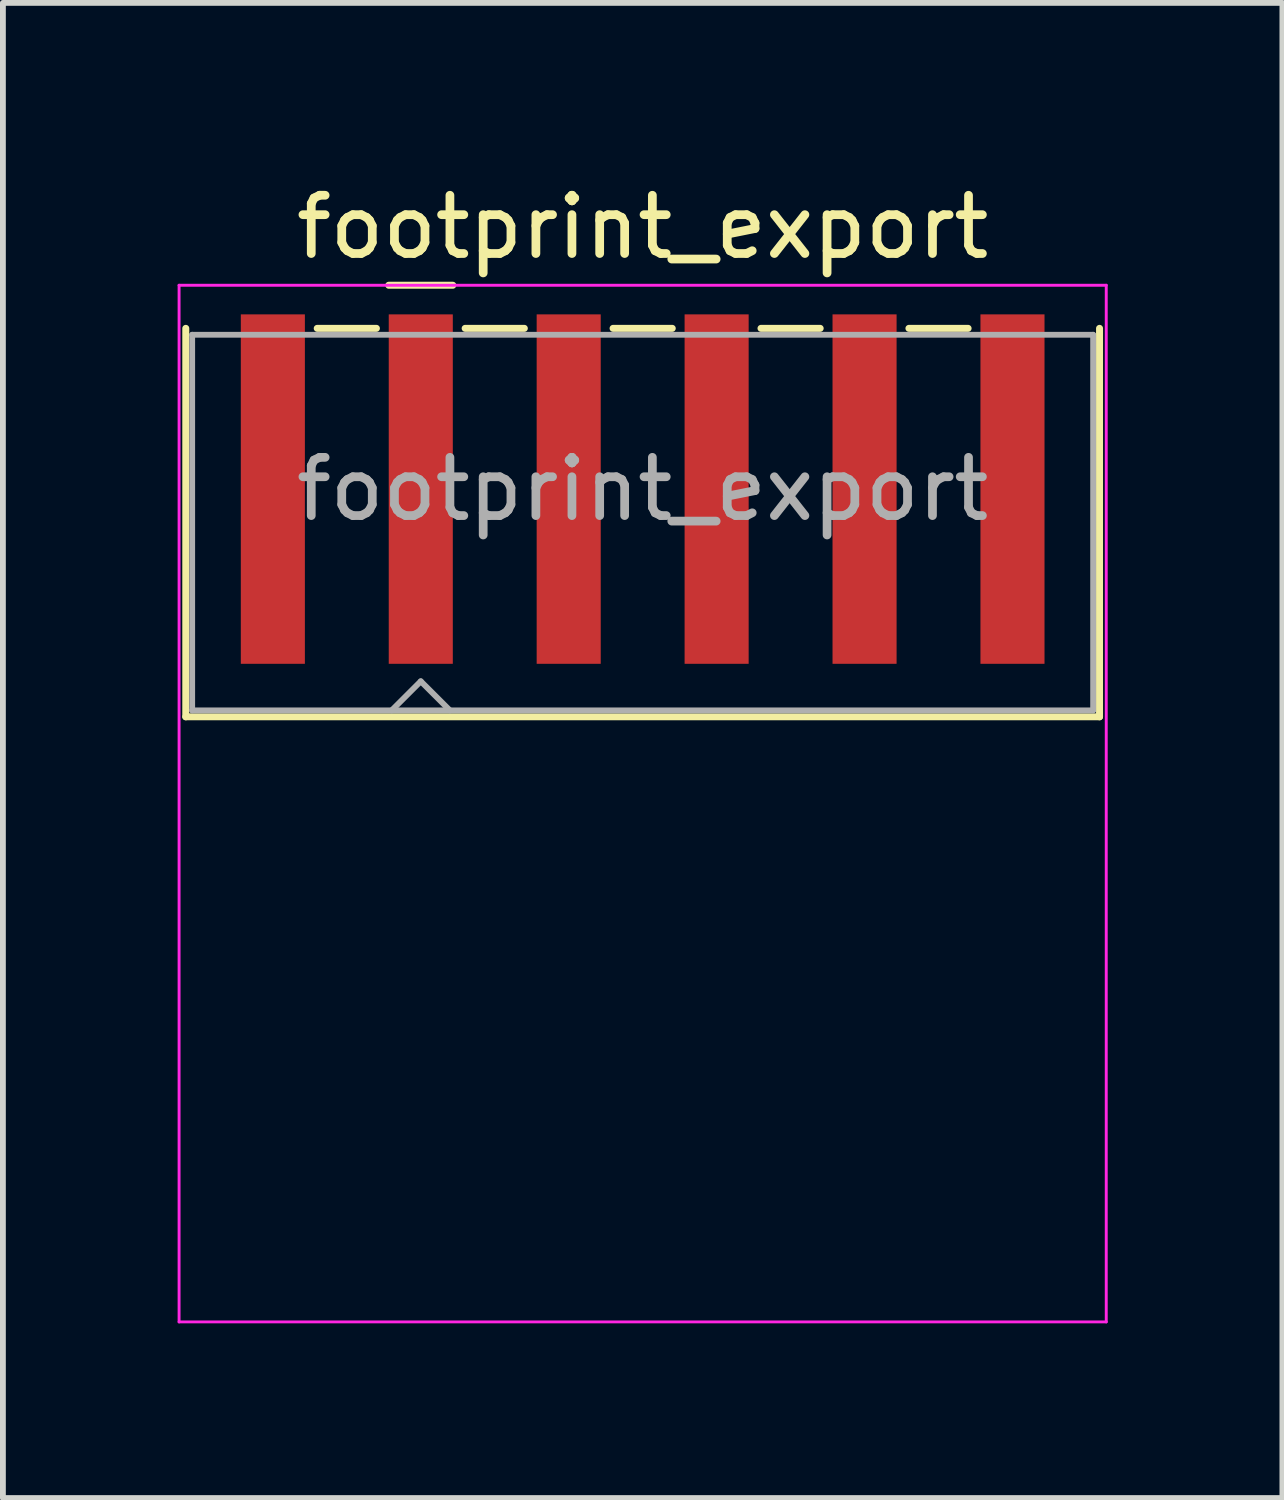
<source format=kicad_pcb>
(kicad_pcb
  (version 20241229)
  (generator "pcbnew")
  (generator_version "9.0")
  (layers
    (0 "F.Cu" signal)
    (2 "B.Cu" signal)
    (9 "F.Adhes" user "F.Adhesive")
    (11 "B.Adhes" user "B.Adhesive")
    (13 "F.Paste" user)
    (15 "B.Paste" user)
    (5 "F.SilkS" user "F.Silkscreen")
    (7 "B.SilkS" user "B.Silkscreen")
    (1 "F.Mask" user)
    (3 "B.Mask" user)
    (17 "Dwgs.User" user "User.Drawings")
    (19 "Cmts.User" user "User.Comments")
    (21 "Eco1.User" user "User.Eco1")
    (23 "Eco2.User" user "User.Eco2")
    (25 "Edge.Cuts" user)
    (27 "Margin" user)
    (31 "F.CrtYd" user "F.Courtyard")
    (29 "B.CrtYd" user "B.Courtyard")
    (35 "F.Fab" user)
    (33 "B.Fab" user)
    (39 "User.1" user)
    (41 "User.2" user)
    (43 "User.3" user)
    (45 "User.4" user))
  (footprint "footprint_export"
    (layer "F.Cu")
    (at 7.985 6.648)
    (property "Reference" "footprint_export" (at 0 -5.8 0) (layer "F.SilkS") (effects (font (size 1 1) (thickness 0.15))))
    (attr smd)
    (fp_line (start -7.845 -4.06) (end -7.845 2.61) (stroke (width 0.12) (type solid)) (layer "F.SilkS"))
    (fp_line (start -5.588 -4.06) (end -4.572 -4.06) (stroke (width 0.12) (type solid)) (layer "F.SilkS"))
    (fp_line (start -4.36 -4.8) (end -3.26 -4.8) (stroke (width 0.12) (type solid)) (layer "F.SilkS"))
    (fp_line (start -3.048 -4.06) (end -2.032 -4.06) (stroke (width 0.12) (type solid)) (layer "F.SilkS"))
    (fp_line (start -0.508 -4.06) (end 0.508 -4.06) (stroke (width 0.12) (type solid)) (layer "F.SilkS"))
    (fp_line (start 2.032 -4.06) (end 3.048 -4.06) (stroke (width 0.12) (type solid)) (layer "F.SilkS"))
    (fp_line (start 4.572 -4.06) (end 5.588 -4.06) (stroke (width 0.12) (type solid)) (layer "F.SilkS"))
    (fp_line (start 7.845 -4.06) (end 7.845 2.61) (stroke (width 0.12) (type solid)) (layer "F.SilkS"))
    (fp_line (start 7.845 2.61) (end -7.845 2.61) (stroke (width 0.12) (type solid)) (layer "F.SilkS"))
    (fp_line (start -7.96 -4.8) (end -7.96 13) (stroke (width 0.05) (type solid)) (layer "F.CrtYd"))
    (fp_line (start -7.96 13) (end 7.96 13) (stroke (width 0.05) (type solid)) (layer "F.CrtYd"))
    (fp_line (start 7.96 -4.8) (end -7.96 -4.8) (stroke (width 0.05) (type solid)) (layer "F.CrtYd"))
    (fp_line (start 7.96 13) (end 7.96 -4.8) (stroke (width 0.05) (type solid)) (layer "F.CrtYd"))
    (fp_line (start -7.735 -3.95) (end -7.735 2.5) (stroke (width 0.1) (type solid)) (layer "F.Fab"))
    (fp_line (start -7.735 2.5) (end 7.735 2.5) (stroke (width 0.1) (type solid)) (layer "F.Fab"))
    (fp_line (start -4.31 2.5) (end -3.81 2) (stroke (width 0.1) (type solid)) (layer "F.Fab"))
    (fp_line (start -3.81 2) (end -3.31 2.5) (stroke (width 0.1) (type solid)) (layer "F.Fab"))
    (fp_line (start 7.735 -3.95) (end -7.735 -3.95) (stroke (width 0.1) (type solid)) (layer "F.Fab"))
    (fp_line (start 7.735 2.5) (end 7.735 -3.95) (stroke (width 0.1) (type solid)) (layer "F.Fab"))
    (fp_text user "${REFERENCE}" (at 0 -1.3 0) (layer "F.Fab") (effects (font (size 1 1) (thickness 0.15))))
    (pad "1" smd rect (at -3.81 -1.3) (size 1.1 6) (layers "F.Cu" "F.Mask" "F.Paste"))
    (pad "2" smd rect (at -1.27 -1.3) (size 1.1 6) (layers "F.Cu" "F.Mask" "F.Paste"))
    (pad "3" smd rect (at 1.27 -1.3) (size 1.1 6) (layers "F.Cu" "F.Mask" "F.Paste"))
    (pad "4" smd rect (at 3.81 -1.3) (size 1.1 6) (layers "F.Cu" "F.Mask" "F.Paste"))
    (pad "MP" smd rect (at -6.35 -1.3) (size 1.1 6) (layers "F.Cu" "F.Mask" "F.Paste"))
    (pad "MP" smd rect (at 6.35 -1.3) (size 1.1 6) (layers "F.Cu" "F.Mask" "F.Paste")))
  (gr_rect
    (start -3 -3)
    (end 18.97 22.673)
    (stroke (width 0.1) (type default))
    (fill no)
    (layer "Edge.Cuts")))
</source>
